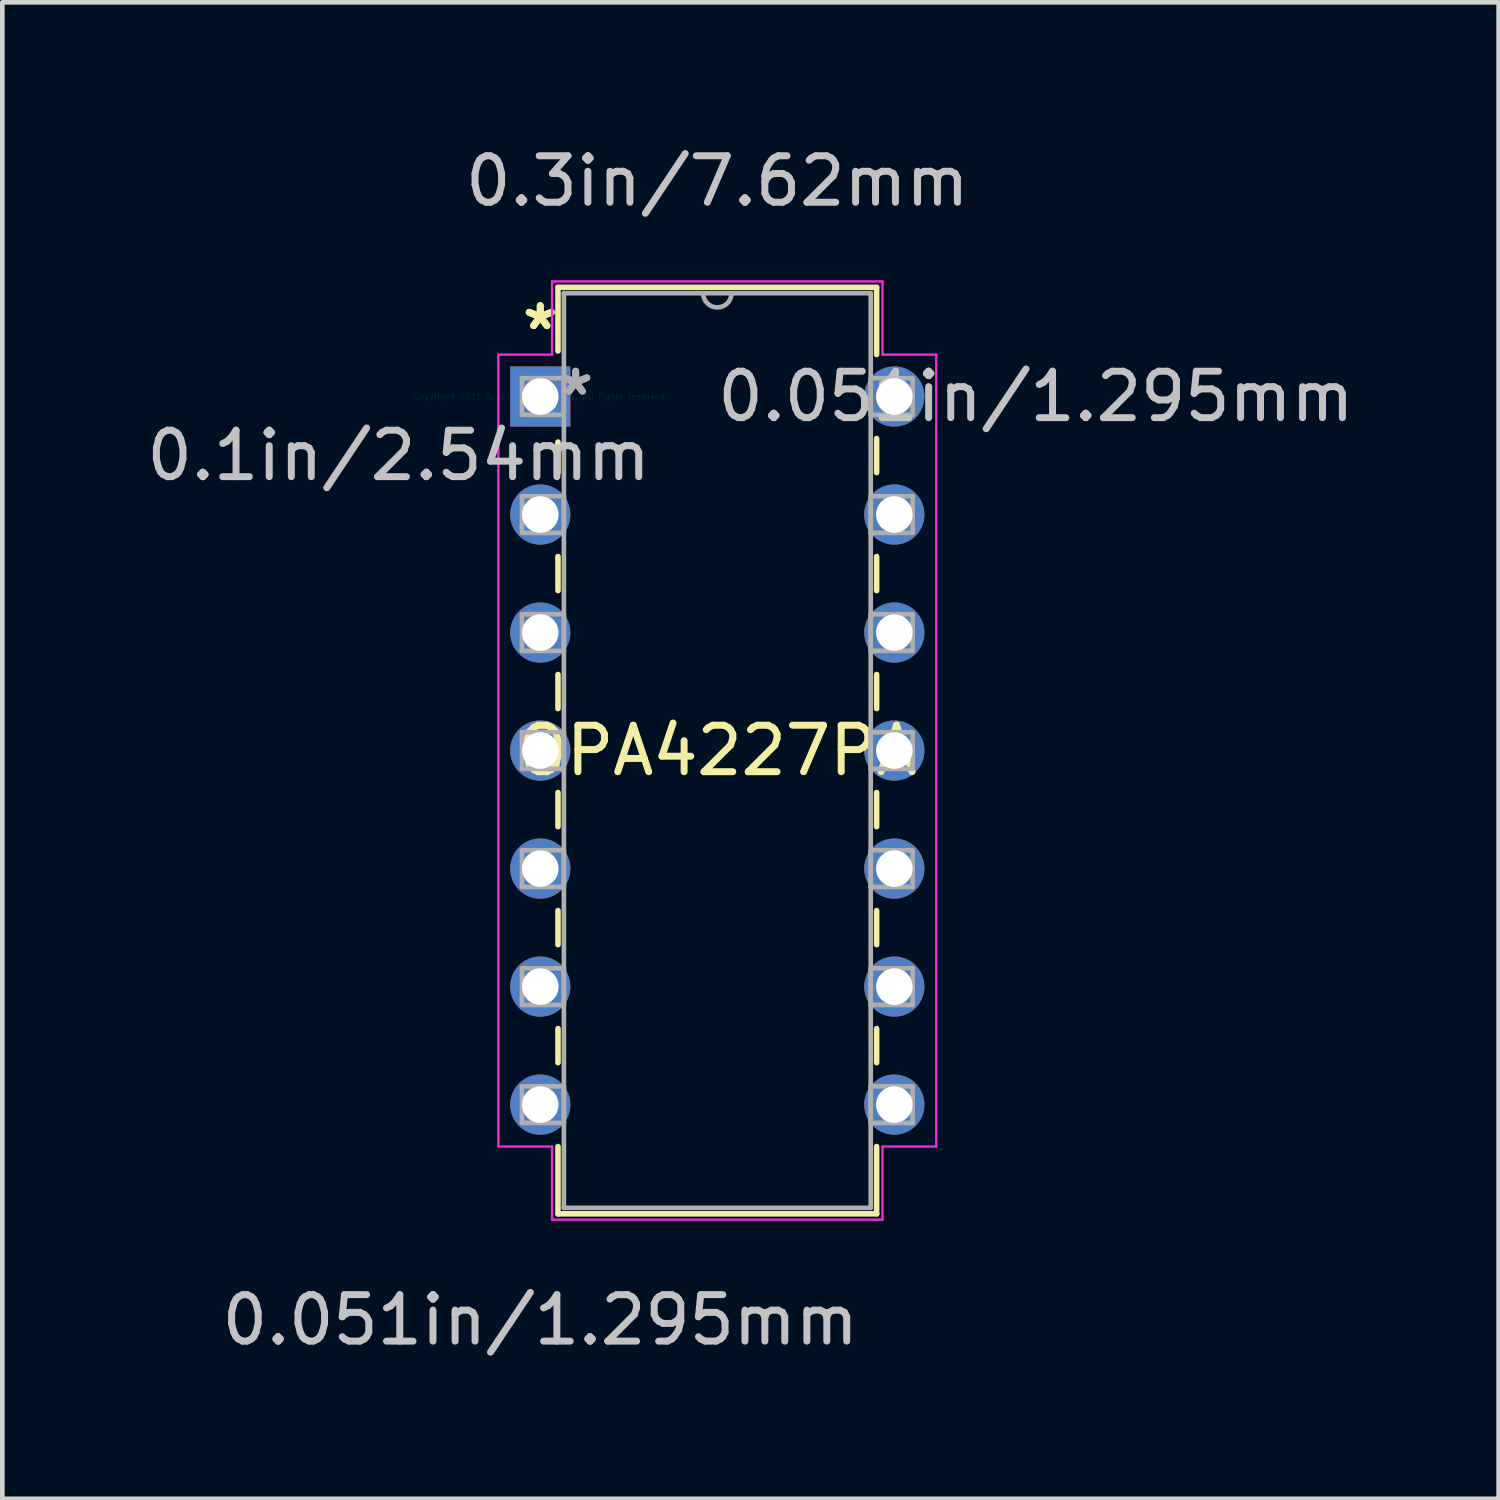
<source format=kicad_pcb>
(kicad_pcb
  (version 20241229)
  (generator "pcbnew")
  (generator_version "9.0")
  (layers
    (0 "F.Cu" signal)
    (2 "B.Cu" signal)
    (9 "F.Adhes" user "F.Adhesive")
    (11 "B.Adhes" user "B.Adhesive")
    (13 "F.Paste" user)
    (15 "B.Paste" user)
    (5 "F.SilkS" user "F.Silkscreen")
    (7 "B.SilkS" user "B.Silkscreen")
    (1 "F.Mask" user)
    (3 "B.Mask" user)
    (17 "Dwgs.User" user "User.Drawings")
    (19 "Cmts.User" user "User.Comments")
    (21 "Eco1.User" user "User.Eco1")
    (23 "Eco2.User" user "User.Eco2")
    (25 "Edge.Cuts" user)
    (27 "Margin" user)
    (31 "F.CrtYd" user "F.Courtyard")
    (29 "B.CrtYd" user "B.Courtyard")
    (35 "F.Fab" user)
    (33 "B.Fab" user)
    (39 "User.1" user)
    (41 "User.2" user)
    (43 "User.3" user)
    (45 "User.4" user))
  (footprint "OPA4227PA"
    (layer "F.Cu")
    (at 8.578 5.484)
    (property "Reference" "OPA4227PA" (at 3.81 7.62 0) (layer "F.SilkS") (effects (font (size 1 1) (thickness 0.15))))
    (attr through_hole)
    (fp_line (start 0.381 -2.349) (end 0.381 -0.98) (stroke (width 0.12) (type solid)) (layer "F.SilkS"))
    (fp_line (start 0.381 0.98) (end 0.381 1.637) (stroke (width 0.12) (type solid)) (layer "F.SilkS"))
    (fp_line (start 0.381 3.443) (end 0.381 4.177) (stroke (width 0.12) (type solid)) (layer "F.SilkS"))
    (fp_line (start 0.381 5.983) (end 0.381 6.717) (stroke (width 0.12) (type solid)) (layer "F.SilkS"))
    (fp_line (start 0.381 8.523) (end 0.381 9.257) (stroke (width 0.12) (type solid)) (layer "F.SilkS"))
    (fp_line (start 0.381 11.063) (end 0.381 11.797) (stroke (width 0.12) (type solid)) (layer "F.SilkS"))
    (fp_line (start 0.381 13.603) (end 0.381 14.337) (stroke (width 0.12) (type solid)) (layer "F.SilkS"))
    (fp_line (start 0.381 16.143) (end 0.381 17.59) (stroke (width 0.12) (type solid)) (layer "F.SilkS"))
    (fp_line (start 0.381 17.59) (end 7.239 17.59) (stroke (width 0.12) (type solid)) (layer "F.SilkS"))
    (fp_line (start 7.239 -2.349) (end 0.381 -2.349) (stroke (width 0.12) (type solid)) (layer "F.SilkS"))
    (fp_line (start 7.239 -0.903) (end 7.239 -2.349) (stroke (width 0.12) (type solid)) (layer "F.SilkS"))
    (fp_line (start 7.239 1.637) (end 7.239 0.903) (stroke (width 0.12) (type solid)) (layer "F.SilkS"))
    (fp_line (start 7.239 4.177) (end 7.239 3.443) (stroke (width 0.12) (type solid)) (layer "F.SilkS"))
    (fp_line (start 7.239 6.717) (end 7.239 5.983) (stroke (width 0.12) (type solid)) (layer "F.SilkS"))
    (fp_line (start 7.239 9.257) (end 7.239 8.523) (stroke (width 0.12) (type solid)) (layer "F.SilkS"))
    (fp_line (start 7.239 11.797) (end 7.239 11.063) (stroke (width 0.12) (type solid)) (layer "F.SilkS"))
    (fp_line (start 7.239 14.337) (end 7.239 13.603) (stroke (width 0.12) (type solid)) (layer "F.SilkS"))
    (fp_line (start 7.239 17.59) (end 7.239 16.143) (stroke (width 0.12) (type solid)) (layer "F.SilkS"))
    (fp_line (start -0.902 -0.902) (end -0.902 16.142) (stroke (width 0.05) (type solid)) (layer "F.CrtYd"))
    (fp_line (start -0.902 16.142) (end 0.254 16.142) (stroke (width 0.05) (type solid)) (layer "F.CrtYd"))
    (fp_line (start 0.254 -2.477) (end 0.254 -0.902) (stroke (width 0.05) (type solid)) (layer "F.CrtYd"))
    (fp_line (start 0.254 -0.902) (end -0.902 -0.902) (stroke (width 0.05) (type solid)) (layer "F.CrtYd"))
    (fp_line (start 0.254 16.142) (end 0.254 17.716) (stroke (width 0.05) (type solid)) (layer "F.CrtYd"))
    (fp_line (start 0.254 17.716) (end 7.366 17.716) (stroke (width 0.05) (type solid)) (layer "F.CrtYd"))
    (fp_line (start 7.366 -2.477) (end 0.254 -2.477) (stroke (width 0.05) (type solid)) (layer "F.CrtYd"))
    (fp_line (start 7.366 -0.902) (end 7.366 -2.477) (stroke (width 0.05) (type solid)) (layer "F.CrtYd"))
    (fp_line (start 7.366 16.142) (end 8.522 16.142) (stroke (width 0.05) (type solid)) (layer "F.CrtYd"))
    (fp_line (start 7.366 17.716) (end 7.366 16.142) (stroke (width 0.05) (type solid)) (layer "F.CrtYd"))
    (fp_line (start 8.522 -0.902) (end 7.366 -0.902) (stroke (width 0.05) (type solid)) (layer "F.CrtYd"))
    (fp_line (start 8.522 16.142) (end 8.522 -0.902) (stroke (width 0.05) (type solid)) (layer "F.CrtYd"))
    (fp_line (start -0.394 -0.394) (end -0.394 0.394) (stroke (width 0.1) (type solid)) (layer "F.Fab"))
    (fp_line (start -0.394 0.394) (end 0.508 0.394) (stroke (width 0.1) (type solid)) (layer "F.Fab"))
    (fp_line (start -0.394 2.146) (end -0.394 2.934) (stroke (width 0.1) (type solid)) (layer "F.Fab"))
    (fp_line (start -0.394 2.934) (end 0.508 2.934) (stroke (width 0.1) (type solid)) (layer "F.Fab"))
    (fp_line (start -0.394 4.686) (end -0.394 5.474) (stroke (width 0.1) (type solid)) (layer "F.Fab"))
    (fp_line (start -0.394 5.474) (end 0.508 5.474) (stroke (width 0.1) (type solid)) (layer "F.Fab"))
    (fp_line (start -0.394 7.226) (end -0.394 8.014) (stroke (width 0.1) (type solid)) (layer "F.Fab"))
    (fp_line (start -0.394 8.014) (end 0.508 8.014) (stroke (width 0.1) (type solid)) (layer "F.Fab"))
    (fp_line (start -0.394 9.766) (end -0.394 10.554) (stroke (width 0.1) (type solid)) (layer "F.Fab"))
    (fp_line (start -0.394 10.554) (end 0.508 10.554) (stroke (width 0.1) (type solid)) (layer "F.Fab"))
    (fp_line (start -0.394 12.306) (end -0.394 13.094) (stroke (width 0.1) (type solid)) (layer "F.Fab"))
    (fp_line (start -0.394 13.094) (end 0.508 13.094) (stroke (width 0.1) (type solid)) (layer "F.Fab"))
    (fp_line (start -0.394 14.846) (end -0.394 15.634) (stroke (width 0.1) (type solid)) (layer "F.Fab"))
    (fp_line (start -0.394 15.634) (end 0.508 15.634) (stroke (width 0.1) (type solid)) (layer "F.Fab"))
    (fp_line (start 0.508 -2.223) (end 0.508 17.462) (stroke (width 0.1) (type solid)) (layer "F.Fab"))
    (fp_line (start 0.508 -0.394) (end -0.394 -0.394) (stroke (width 0.1) (type solid)) (layer "F.Fab"))
    (fp_line (start 0.508 0.394) (end 0.508 -0.394) (stroke (width 0.1) (type solid)) (layer "F.Fab"))
    (fp_line (start 0.508 2.146) (end -0.394 2.146) (stroke (width 0.1) (type solid)) (layer "F.Fab"))
    (fp_line (start 0.508 2.934) (end 0.508 2.146) (stroke (width 0.1) (type solid)) (layer "F.Fab"))
    (fp_line (start 0.508 4.686) (end -0.394 4.686) (stroke (width 0.1) (type solid)) (layer "F.Fab"))
    (fp_line (start 0.508 5.474) (end 0.508 4.686) (stroke (width 0.1) (type solid)) (layer "F.Fab"))
    (fp_line (start 0.508 7.226) (end -0.394 7.226) (stroke (width 0.1) (type solid)) (layer "F.Fab"))
    (fp_line (start 0.508 8.014) (end 0.508 7.226) (stroke (width 0.1) (type solid)) (layer "F.Fab"))
    (fp_line (start 0.508 9.766) (end -0.394 9.766) (stroke (width 0.1) (type solid)) (layer "F.Fab"))
    (fp_line (start 0.508 10.554) (end 0.508 9.766) (stroke (width 0.1) (type solid)) (layer "F.Fab"))
    (fp_line (start 0.508 12.306) (end -0.394 12.306) (stroke (width 0.1) (type solid)) (layer "F.Fab"))
    (fp_line (start 0.508 13.094) (end 0.508 12.306) (stroke (width 0.1) (type solid)) (layer "F.Fab"))
    (fp_line (start 0.508 14.846) (end -0.394 14.846) (stroke (width 0.1) (type solid)) (layer "F.Fab"))
    (fp_line (start 0.508 15.634) (end 0.508 14.846) (stroke (width 0.1) (type solid)) (layer "F.Fab"))
    (fp_line (start 0.508 17.462) (end 7.112 17.462) (stroke (width 0.1) (type solid)) (layer "F.Fab"))
    (fp_line (start 7.112 -2.223) (end 0.508 -2.223) (stroke (width 0.1) (type solid)) (layer "F.Fab"))
    (fp_line (start 7.112 -0.394) (end 7.112 0.394) (stroke (width 0.1) (type solid)) (layer "F.Fab"))
    (fp_line (start 7.112 0.394) (end 8.014 0.394) (stroke (width 0.1) (type solid)) (layer "F.Fab"))
    (fp_line (start 7.112 2.146) (end 7.112 2.934) (stroke (width 0.1) (type solid)) (layer "F.Fab"))
    (fp_line (start 7.112 2.934) (end 8.014 2.934) (stroke (width 0.1) (type solid)) (layer "F.Fab"))
    (fp_line (start 7.112 4.686) (end 7.112 5.474) (stroke (width 0.1) (type solid)) (layer "F.Fab"))
    (fp_line (start 7.112 5.474) (end 8.014 5.474) (stroke (width 0.1) (type solid)) (layer "F.Fab"))
    (fp_line (start 7.112 7.226) (end 7.112 8.014) (stroke (width 0.1) (type solid)) (layer "F.Fab"))
    (fp_line (start 7.112 8.014) (end 8.014 8.014) (stroke (width 0.1) (type solid)) (layer "F.Fab"))
    (fp_line (start 7.112 9.766) (end 7.112 10.554) (stroke (width 0.1) (type solid)) (layer "F.Fab"))
    (fp_line (start 7.112 10.554) (end 8.014 10.554) (stroke (width 0.1) (type solid)) (layer "F.Fab"))
    (fp_line (start 7.112 12.306) (end 7.112 13.094) (stroke (width 0.1) (type solid)) (layer "F.Fab"))
    (fp_line (start 7.112 13.094) (end 8.014 13.094) (stroke (width 0.1) (type solid)) (layer "F.Fab"))
    (fp_line (start 7.112 14.846) (end 7.112 15.634) (stroke (width 0.1) (type solid)) (layer "F.Fab"))
    (fp_line (start 7.112 15.634) (end 8.014 15.634) (stroke (width 0.1) (type solid)) (layer "F.Fab"))
    (fp_line (start 7.112 17.462) (end 7.112 -2.223) (stroke (width 0.1) (type solid)) (layer "F.Fab"))
    (fp_line (start 8.014 -0.394) (end 7.112 -0.394) (stroke (width 0.1) (type solid)) (layer "F.Fab"))
    (fp_line (start 8.014 0.394) (end 8.014 -0.394) (stroke (width 0.1) (type solid)) (layer "F.Fab"))
    (fp_line (start 8.014 2.146) (end 7.112 2.146) (stroke (width 0.1) (type solid)) (layer "F.Fab"))
    (fp_line (start 8.014 2.934) (end 8.014 2.146) (stroke (width 0.1) (type solid)) (layer "F.Fab"))
    (fp_line (start 8.014 4.686) (end 7.112 4.686) (stroke (width 0.1) (type solid)) (layer "F.Fab"))
    (fp_line (start 8.014 5.474) (end 8.014 4.686) (stroke (width 0.1) (type solid)) (layer "F.Fab"))
    (fp_line (start 8.014 7.226) (end 7.112 7.226) (stroke (width 0.1) (type solid)) (layer "F.Fab"))
    (fp_line (start 8.014 8.014) (end 8.014 7.226) (stroke (width 0.1) (type solid)) (layer "F.Fab"))
    (fp_line (start 8.014 9.766) (end 7.112 9.766) (stroke (width 0.1) (type solid)) (layer "F.Fab"))
    (fp_line (start 8.014 10.554) (end 8.014 9.766) (stroke (width 0.1) (type solid)) (layer "F.Fab"))
    (fp_line (start 8.014 12.306) (end 7.112 12.306) (stroke (width 0.1) (type solid)) (layer "F.Fab"))
    (fp_line (start 8.014 13.094) (end 8.014 12.306) (stroke (width 0.1) (type solid)) (layer "F.Fab"))
    (fp_line (start 8.014 14.846) (end 7.112 14.846) (stroke (width 0.1) (type solid)) (layer "F.Fab"))
    (fp_line (start 8.014 15.634) (end 8.014 14.846) (stroke (width 0.1) (type solid)) (layer "F.Fab"))
    (fp_arc (start 4.1148 -2.2225) (mid 3.81 -1.9177) (end 3.5052 -2.2225) (stroke (width 0.1) (type solid)) (layer "F.Fab"))
    (fp_text user "*" (at 0 -1.41 0) (layer "F.SilkS") (effects (font (size 1 1) (thickness 0.15))))
    (fp_text user "*" (at 0 -1.41 0) (layer "F.SilkS") (effects (font (size 1 1) (thickness 0.15))))
    (fp_text user "0.051in/1.295mm" (at 0 19.875 0) (layer "Dwgs.User") (effects (font (size 1 1) (thickness 0.15))))
    (fp_text user "0.1in/2.54mm" (at -3.048 1.27 0) (layer "Dwgs.User") (effects (font (size 1 1) (thickness 0.15))))
    (fp_text user "0.051in/1.295mm" (at 10.668 0 0) (layer "Dwgs.User") (effects (font (size 1 1) (thickness 0.15))))
    (fp_text user "0.3in/7.62mm" (at 3.81 -4.636 0) (layer "Dwgs.User") (effects (font (size 1 1) (thickness 0.15))))
    (fp_text user "Copyright 2021 Accelerated Designs. All rights reserved." (at 0 0 0) (layer "Cmts.User") (effects (font (size 0.127 0.127) (thickness 0.002))))
    (fp_text user "*" (at 0.762 0 0) (layer "F.Fab") (effects (font (size 1 1) (thickness 0.15))))
    (fp_text user "*" (at 0.762 0 0) (layer "F.Fab") (effects (font (size 1 1) (thickness 0.15))))
    (pad "1" thru_hole rect (at 0 0) (size 1.295 1.295) (drill 0.787) (layers "*.Cu" "*.Mask"))
    (pad "2" thru_hole circle (at 0 2.54) (size 1.295 1.295) (drill 0.787) (layers "*.Cu" "*.Mask"))
    (pad "3" thru_hole circle (at 0 5.08) (size 1.295 1.295) (drill 0.787) (layers "*.Cu" "*.Mask"))
    (pad "4" thru_hole circle (at 0 7.62) (size 1.295 1.295) (drill 0.787) (layers "*.Cu" "*.Mask"))
    (pad "5" thru_hole circle (at 0 10.16) (size 1.295 1.295) (drill 0.787) (layers "*.Cu" "*.Mask"))
    (pad "6" thru_hole circle (at 0 12.7) (size 1.295 1.295) (drill 0.787) (layers "*.Cu" "*.Mask"))
    (pad "7" thru_hole circle (at 0 15.24) (size 1.295 1.295) (drill 0.787) (layers "*.Cu" "*.Mask"))
    (pad "8" thru_hole circle (at 7.62 15.24) (size 1.295 1.295) (drill 0.787) (layers "*.Cu" "*.Mask"))
    (pad "9" thru_hole circle (at 7.62 12.7) (size 1.295 1.295) (drill 0.787) (layers "*.Cu" "*.Mask"))
    (pad "10" thru_hole circle (at 7.62 10.16) (size 1.295 1.295) (drill 0.787) (layers "*.Cu" "*.Mask"))
    (pad "11" thru_hole circle (at 7.62 7.62) (size 1.295 1.295) (drill 0.787) (layers "*.Cu" "*.Mask"))
    (pad "12" thru_hole circle (at 7.62 5.08) (size 1.295 1.295) (drill 0.787) (layers "*.Cu" "*.Mask"))
    (pad "13" thru_hole circle (at 7.62 2.54) (size 1.295 1.295) (drill 0.787) (layers "*.Cu" "*.Mask"))
    (pad "14" thru_hole circle (at 7.62 0) (size 1.295 1.295) (drill 0.787) (layers "*.Cu" "*.Mask")))
  (gr_rect
    (start -3 -3)
    (end 29.204 29.207)
    (stroke (width 0.1) (type default))
    (fill no)
    (layer "Edge.Cuts")))
</source>
